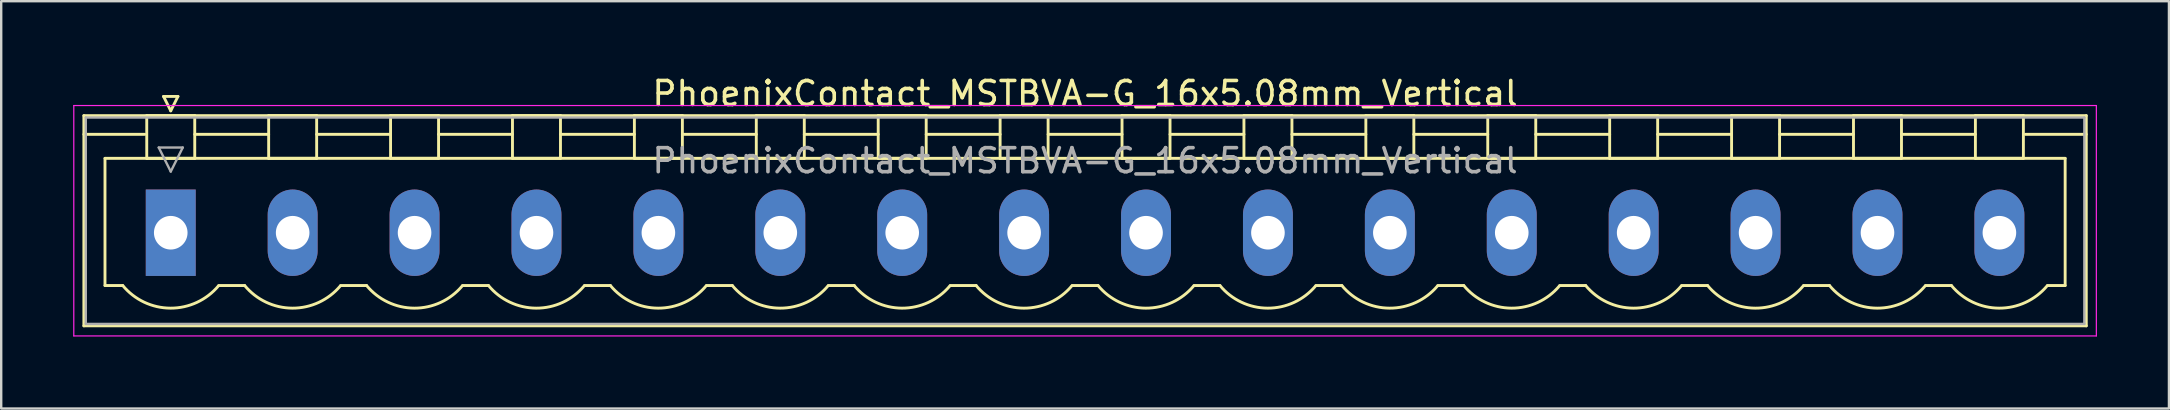
<source format=kicad_pcb>
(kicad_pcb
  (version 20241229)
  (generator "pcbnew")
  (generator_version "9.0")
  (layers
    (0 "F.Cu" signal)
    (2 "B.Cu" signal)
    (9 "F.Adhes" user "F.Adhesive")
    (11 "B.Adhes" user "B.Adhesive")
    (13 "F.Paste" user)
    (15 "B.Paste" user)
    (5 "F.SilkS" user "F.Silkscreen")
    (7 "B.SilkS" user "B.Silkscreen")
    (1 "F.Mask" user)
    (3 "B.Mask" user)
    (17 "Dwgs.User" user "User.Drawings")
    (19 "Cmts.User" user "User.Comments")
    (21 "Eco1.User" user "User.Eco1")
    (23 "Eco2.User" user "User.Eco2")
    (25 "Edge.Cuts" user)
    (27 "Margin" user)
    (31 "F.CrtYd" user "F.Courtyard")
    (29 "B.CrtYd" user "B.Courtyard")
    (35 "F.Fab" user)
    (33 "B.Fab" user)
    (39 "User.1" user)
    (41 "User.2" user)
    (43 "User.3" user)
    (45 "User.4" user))
  (footprint "PhoenixContact_MSTBVA-G_16x5.08mm_Vertical"
    (layer "F.Cu")
    (at 4.065 6.648)
    (property "Reference" "PhoenixContact_MSTBVA-G_16x5.08mm_Vertical" (at 38.1 -5.8 0) (layer "F.SilkS") (effects (font (size 1 1) (thickness 0.15))))
    (attr through_hole)
    (fp_line (start -3.62 -4.88) (end -3.62 3.88) (stroke (width 0.12) (type solid)) (layer "F.SilkS"))
    (fp_line (start -3.62 -4.1) (end -1.08 -4.1) (stroke (width 0.12) (type solid)) (layer "F.SilkS"))
    (fp_line (start -3.62 3.88) (end 79.82 3.88) (stroke (width 0.12) (type solid)) (layer "F.SilkS"))
    (fp_line (start -2.74 -3.1) (end 78.94 -3.1) (stroke (width 0.12) (type solid)) (layer "F.SilkS"))
    (fp_line (start -2.74 2.2) (end -2.74 -3.1) (stroke (width 0.12) (type solid)) (layer "F.SilkS"))
    (fp_line (start -2 2.2) (end -2.74 2.2) (stroke (width 0.12) (type solid)) (layer "F.SilkS"))
    (fp_line (start -1 -4.88) (end 1 -4.88) (stroke (width 0.12) (type solid)) (layer "F.SilkS"))
    (fp_line (start -1 -3.1) (end -1 -4.88) (stroke (width 0.12) (type solid)) (layer "F.SilkS"))
    (fp_line (start -0.3 -5.68) (end 0.3 -5.68) (stroke (width 0.12) (type solid)) (layer "F.SilkS"))
    (fp_line (start 0 -5.08) (end -0.3 -5.68) (stroke (width 0.12) (type solid)) (layer "F.SilkS"))
    (fp_line (start 0.3 -5.68) (end 0 -5.08) (stroke (width 0.12) (type solid)) (layer "F.SilkS"))
    (fp_line (start 1 -4.88) (end 1 -3.1) (stroke (width 0.12) (type solid)) (layer "F.SilkS"))
    (fp_line (start 1 -4.1) (end 4.08 -4.1) (stroke (width 0.12) (type solid)) (layer "F.SilkS"))
    (fp_line (start 1 -3.1) (end -1 -3.1) (stroke (width 0.12) (type solid)) (layer "F.SilkS"))
    (fp_line (start 2 2.2) (end 3.08 2.2) (stroke (width 0.12) (type solid)) (layer "F.SilkS"))
    (fp_line (start 4.08 -4.88) (end 6.08 -4.88) (stroke (width 0.12) (type solid)) (layer "F.SilkS"))
    (fp_line (start 4.08 -3.1) (end 4.08 -4.88) (stroke (width 0.12) (type solid)) (layer "F.SilkS"))
    (fp_line (start 6.08 -4.88) (end 6.08 -3.1) (stroke (width 0.12) (type solid)) (layer "F.SilkS"))
    (fp_line (start 6.08 -4.1) (end 9.16 -4.1) (stroke (width 0.12) (type solid)) (layer "F.SilkS"))
    (fp_line (start 6.08 -3.1) (end 4.08 -3.1) (stroke (width 0.12) (type solid)) (layer "F.SilkS"))
    (fp_line (start 7.08 2.2) (end 8.16 2.2) (stroke (width 0.12) (type solid)) (layer "F.SilkS"))
    (fp_line (start 9.16 -4.88) (end 11.16 -4.88) (stroke (width 0.12) (type solid)) (layer "F.SilkS"))
    (fp_line (start 9.16 -3.1) (end 9.16 -4.88) (stroke (width 0.12) (type solid)) (layer "F.SilkS"))
    (fp_line (start 11.16 -4.88) (end 11.16 -3.1) (stroke (width 0.12) (type solid)) (layer "F.SilkS"))
    (fp_line (start 11.16 -4.1) (end 14.24 -4.1) (stroke (width 0.12) (type solid)) (layer "F.SilkS"))
    (fp_line (start 11.16 -3.1) (end 9.16 -3.1) (stroke (width 0.12) (type solid)) (layer "F.SilkS"))
    (fp_line (start 12.16 2.2) (end 13.24 2.2) (stroke (width 0.12) (type solid)) (layer "F.SilkS"))
    (fp_line (start 14.24 -4.88) (end 16.24 -4.88) (stroke (width 0.12) (type solid)) (layer "F.SilkS"))
    (fp_line (start 14.24 -3.1) (end 14.24 -4.88) (stroke (width 0.12) (type solid)) (layer "F.SilkS"))
    (fp_line (start 16.24 -4.88) (end 16.24 -3.1) (stroke (width 0.12) (type solid)) (layer "F.SilkS"))
    (fp_line (start 16.24 -4.1) (end 19.32 -4.1) (stroke (width 0.12) (type solid)) (layer "F.SilkS"))
    (fp_line (start 16.24 -3.1) (end 14.24 -3.1) (stroke (width 0.12) (type solid)) (layer "F.SilkS"))
    (fp_line (start 17.24 2.2) (end 18.32 2.2) (stroke (width 0.12) (type solid)) (layer "F.SilkS"))
    (fp_line (start 19.32 -4.88) (end 21.32 -4.88) (stroke (width 0.12) (type solid)) (layer "F.SilkS"))
    (fp_line (start 19.32 -3.1) (end 19.32 -4.88) (stroke (width 0.12) (type solid)) (layer "F.SilkS"))
    (fp_line (start 21.32 -4.88) (end 21.32 -3.1) (stroke (width 0.12) (type solid)) (layer "F.SilkS"))
    (fp_line (start 21.32 -4.1) (end 24.4 -4.1) (stroke (width 0.12) (type solid)) (layer "F.SilkS"))
    (fp_line (start 21.32 -3.1) (end 19.32 -3.1) (stroke (width 0.12) (type solid)) (layer "F.SilkS"))
    (fp_line (start 22.32 2.2) (end 23.4 2.2) (stroke (width 0.12) (type solid)) (layer "F.SilkS"))
    (fp_line (start 24.4 -4.88) (end 26.4 -4.88) (stroke (width 0.12) (type solid)) (layer "F.SilkS"))
    (fp_line (start 24.4 -3.1) (end 24.4 -4.88) (stroke (width 0.12) (type solid)) (layer "F.SilkS"))
    (fp_line (start 26.4 -4.88) (end 26.4 -3.1) (stroke (width 0.12) (type solid)) (layer "F.SilkS"))
    (fp_line (start 26.4 -4.1) (end 29.48 -4.1) (stroke (width 0.12) (type solid)) (layer "F.SilkS"))
    (fp_line (start 26.4 -3.1) (end 24.4 -3.1) (stroke (width 0.12) (type solid)) (layer "F.SilkS"))
    (fp_line (start 27.4 2.2) (end 28.48 2.2) (stroke (width 0.12) (type solid)) (layer "F.SilkS"))
    (fp_line (start 29.48 -4.88) (end 31.48 -4.88) (stroke (width 0.12) (type solid)) (layer "F.SilkS"))
    (fp_line (start 29.48 -3.1) (end 29.48 -4.88) (stroke (width 0.12) (type solid)) (layer "F.SilkS"))
    (fp_line (start 31.48 -4.88) (end 31.48 -3.1) (stroke (width 0.12) (type solid)) (layer "F.SilkS"))
    (fp_line (start 31.48 -4.1) (end 34.56 -4.1) (stroke (width 0.12) (type solid)) (layer "F.SilkS"))
    (fp_line (start 31.48 -3.1) (end 29.48 -3.1) (stroke (width 0.12) (type solid)) (layer "F.SilkS"))
    (fp_line (start 32.48 2.2) (end 33.56 2.2) (stroke (width 0.12) (type solid)) (layer "F.SilkS"))
    (fp_line (start 34.56 -4.88) (end 36.56 -4.88) (stroke (width 0.12) (type solid)) (layer "F.SilkS"))
    (fp_line (start 34.56 -3.1) (end 34.56 -4.88) (stroke (width 0.12) (type solid)) (layer "F.SilkS"))
    (fp_line (start 36.56 -4.88) (end 36.56 -3.1) (stroke (width 0.12) (type solid)) (layer "F.SilkS"))
    (fp_line (start 36.56 -4.1) (end 39.64 -4.1) (stroke (width 0.12) (type solid)) (layer "F.SilkS"))
    (fp_line (start 36.56 -3.1) (end 34.56 -3.1) (stroke (width 0.12) (type solid)) (layer "F.SilkS"))
    (fp_line (start 37.56 2.2) (end 38.64 2.2) (stroke (width 0.12) (type solid)) (layer "F.SilkS"))
    (fp_line (start 39.64 -4.88) (end 41.64 -4.88) (stroke (width 0.12) (type solid)) (layer "F.SilkS"))
    (fp_line (start 39.64 -3.1) (end 39.64 -4.88) (stroke (width 0.12) (type solid)) (layer "F.SilkS"))
    (fp_line (start 41.64 -4.88) (end 41.64 -3.1) (stroke (width 0.12) (type solid)) (layer "F.SilkS"))
    (fp_line (start 41.64 -4.1) (end 44.72 -4.1) (stroke (width 0.12) (type solid)) (layer "F.SilkS"))
    (fp_line (start 41.64 -3.1) (end 39.64 -3.1) (stroke (width 0.12) (type solid)) (layer "F.SilkS"))
    (fp_line (start 42.64 2.2) (end 43.72 2.2) (stroke (width 0.12) (type solid)) (layer "F.SilkS"))
    (fp_line (start 44.72 -4.88) (end 46.72 -4.88) (stroke (width 0.12) (type solid)) (layer "F.SilkS"))
    (fp_line (start 44.72 -3.1) (end 44.72 -4.88) (stroke (width 0.12) (type solid)) (layer "F.SilkS"))
    (fp_line (start 46.72 -4.88) (end 46.72 -3.1) (stroke (width 0.12) (type solid)) (layer "F.SilkS"))
    (fp_line (start 46.72 -4.1) (end 49.8 -4.1) (stroke (width 0.12) (type solid)) (layer "F.SilkS"))
    (fp_line (start 46.72 -3.1) (end 44.72 -3.1) (stroke (width 0.12) (type solid)) (layer "F.SilkS"))
    (fp_line (start 47.72 2.2) (end 48.8 2.2) (stroke (width 0.12) (type solid)) (layer "F.SilkS"))
    (fp_line (start 49.8 -4.88) (end 51.8 -4.88) (stroke (width 0.12) (type solid)) (layer "F.SilkS"))
    (fp_line (start 49.8 -3.1) (end 49.8 -4.88) (stroke (width 0.12) (type solid)) (layer "F.SilkS"))
    (fp_line (start 51.8 -4.88) (end 51.8 -3.1) (stroke (width 0.12) (type solid)) (layer "F.SilkS"))
    (fp_line (start 51.8 -4.1) (end 54.88 -4.1) (stroke (width 0.12) (type solid)) (layer "F.SilkS"))
    (fp_line (start 51.8 -3.1) (end 49.8 -3.1) (stroke (width 0.12) (type solid)) (layer "F.SilkS"))
    (fp_line (start 52.8 2.2) (end 53.88 2.2) (stroke (width 0.12) (type solid)) (layer "F.SilkS"))
    (fp_line (start 54.88 -4.88) (end 56.88 -4.88) (stroke (width 0.12) (type solid)) (layer "F.SilkS"))
    (fp_line (start 54.88 -3.1) (end 54.88 -4.88) (stroke (width 0.12) (type solid)) (layer "F.SilkS"))
    (fp_line (start 56.88 -4.88) (end 56.88 -3.1) (stroke (width 0.12) (type solid)) (layer "F.SilkS"))
    (fp_line (start 56.88 -4.1) (end 59.96 -4.1) (stroke (width 0.12) (type solid)) (layer "F.SilkS"))
    (fp_line (start 56.88 -3.1) (end 54.88 -3.1) (stroke (width 0.12) (type solid)) (layer "F.SilkS"))
    (fp_line (start 57.88 2.2) (end 58.96 2.2) (stroke (width 0.12) (type solid)) (layer "F.SilkS"))
    (fp_line (start 59.96 -4.88) (end 61.96 -4.88) (stroke (width 0.12) (type solid)) (layer "F.SilkS"))
    (fp_line (start 59.96 -3.1) (end 59.96 -4.88) (stroke (width 0.12) (type solid)) (layer "F.SilkS"))
    (fp_line (start 61.96 -4.88) (end 61.96 -3.1) (stroke (width 0.12) (type solid)) (layer "F.SilkS"))
    (fp_line (start 61.96 -4.1) (end 65.04 -4.1) (stroke (width 0.12) (type solid)) (layer "F.SilkS"))
    (fp_line (start 61.96 -3.1) (end 59.96 -3.1) (stroke (width 0.12) (type solid)) (layer "F.SilkS"))
    (fp_line (start 62.96 2.2) (end 64.04 2.2) (stroke (width 0.12) (type solid)) (layer "F.SilkS"))
    (fp_line (start 65.04 -4.88) (end 67.04 -4.88) (stroke (width 0.12) (type solid)) (layer "F.SilkS"))
    (fp_line (start 65.04 -3.1) (end 65.04 -4.88) (stroke (width 0.12) (type solid)) (layer "F.SilkS"))
    (fp_line (start 67.04 -4.88) (end 67.04 -3.1) (stroke (width 0.12) (type solid)) (layer "F.SilkS"))
    (fp_line (start 67.04 -4.1) (end 70.12 -4.1) (stroke (width 0.12) (type solid)) (layer "F.SilkS"))
    (fp_line (start 67.04 -3.1) (end 65.04 -3.1) (stroke (width 0.12) (type solid)) (layer "F.SilkS"))
    (fp_line (start 68.04 2.2) (end 69.12 2.2) (stroke (width 0.12) (type solid)) (layer "F.SilkS"))
    (fp_line (start 70.12 -4.88) (end 72.12 -4.88) (stroke (width 0.12) (type solid)) (layer "F.SilkS"))
    (fp_line (start 70.12 -3.1) (end 70.12 -4.88) (stroke (width 0.12) (type solid)) (layer "F.SilkS"))
    (fp_line (start 72.12 -4.88) (end 72.12 -3.1) (stroke (width 0.12) (type solid)) (layer "F.SilkS"))
    (fp_line (start 72.12 -4.1) (end 75.2 -4.1) (stroke (width 0.12) (type solid)) (layer "F.SilkS"))
    (fp_line (start 72.12 -3.1) (end 70.12 -3.1) (stroke (width 0.12) (type solid)) (layer "F.SilkS"))
    (fp_line (start 73.12 2.2) (end 74.2 2.2) (stroke (width 0.12) (type solid)) (layer "F.SilkS"))
    (fp_line (start 75.2 -4.88) (end 77.2 -4.88) (stroke (width 0.12) (type solid)) (layer "F.SilkS"))
    (fp_line (start 75.2 -3.1) (end 75.2 -4.88) (stroke (width 0.12) (type solid)) (layer "F.SilkS"))
    (fp_line (start 77.2 -4.88) (end 77.2 -3.1) (stroke (width 0.12) (type solid)) (layer "F.SilkS"))
    (fp_line (start 77.2 -3.1) (end 75.2 -3.1) (stroke (width 0.12) (type solid)) (layer "F.SilkS"))
    (fp_line (start 78.94 -3.1) (end 78.94 2.2) (stroke (width 0.12) (type solid)) (layer "F.SilkS"))
    (fp_line (start 78.94 2.2) (end 78.2 2.2) (stroke (width 0.12) (type solid)) (layer "F.SilkS"))
    (fp_line (start 79.82 -4.88) (end -3.62 -4.88) (stroke (width 0.12) (type solid)) (layer "F.SilkS"))
    (fp_line (start 79.82 -4.1) (end 77.28 -4.1) (stroke (width 0.12) (type solid)) (layer "F.SilkS"))
    (fp_line (start 79.82 3.88) (end 79.82 -4.88) (stroke (width 0.12) (type solid)) (layer "F.SilkS"))
    (fp_arc (start 1.986842 2.215821) (mid -0.010289 3.142758) (end -2 2.2) (stroke (width 0.12) (type solid)) (layer "F.SilkS"))
    (fp_arc (start 7.066842 2.215821) (mid 5.069711 3.142758) (end 3.08 2.2) (stroke (width 0.12) (type solid)) (layer "F.SilkS"))
    (fp_arc (start 12.146842 2.215821) (mid 10.149711 3.142758) (end 8.16 2.2) (stroke (width 0.12) (type solid)) (layer "F.SilkS"))
    (fp_arc (start 17.226842 2.215821) (mid 15.229711 3.142758) (end 13.24 2.2) (stroke (width 0.12) (type solid)) (layer "F.SilkS"))
    (fp_arc (start 22.306842 2.215821) (mid 20.309711 3.142758) (end 18.32 2.2) (stroke (width 0.12) (type solid)) (layer "F.SilkS"))
    (fp_arc (start 27.386842 2.215821) (mid 25.389711 3.142758) (end 23.4 2.2) (stroke (width 0.12) (type solid)) (layer "F.SilkS"))
    (fp_arc (start 32.466842 2.215821) (mid 30.469711 3.142758) (end 28.48 2.2) (stroke (width 0.12) (type solid)) (layer "F.SilkS"))
    (fp_arc (start 37.546842 2.215821) (mid 35.549711 3.142758) (end 33.56 2.2) (stroke (width 0.12) (type solid)) (layer "F.SilkS"))
    (fp_arc (start 42.626842 2.215821) (mid 40.629711 3.142758) (end 38.64 2.2) (stroke (width 0.12) (type solid)) (layer "F.SilkS"))
    (fp_arc (start 47.706842 2.215821) (mid 45.709711 3.142758) (end 43.72 2.2) (stroke (width 0.12) (type solid)) (layer "F.SilkS"))
    (fp_arc (start 52.786842 2.215821) (mid 50.789711 3.142758) (end 48.8 2.2) (stroke (width 0.12) (type solid)) (layer "F.SilkS"))
    (fp_arc (start 57.866842 2.215821) (mid 55.869711 3.142758) (end 53.88 2.2) (stroke (width 0.12) (type solid)) (layer "F.SilkS"))
    (fp_arc (start 62.946842 2.215821) (mid 60.949711 3.142758) (end 58.96 2.2) (stroke (width 0.12) (type solid)) (layer "F.SilkS"))
    (fp_arc (start 68.026842 2.215821) (mid 66.029711 3.142758) (end 64.04 2.2) (stroke (width 0.12) (type solid)) (layer "F.SilkS"))
    (fp_arc (start 73.106842 2.215821) (mid 71.109711 3.142758) (end 69.12 2.2) (stroke (width 0.12) (type solid)) (layer "F.SilkS"))
    (fp_arc (start 78.186842 2.215821) (mid 76.189711 3.142758) (end 74.2 2.2) (stroke (width 0.12) (type solid)) (layer "F.SilkS"))
    (fp_line (start -4.04 -5.3) (end -4.04 4.3) (stroke (width 0.05) (type solid)) (layer "F.CrtYd"))
    (fp_line (start -4.04 4.3) (end 80.24 4.3) (stroke (width 0.05) (type solid)) (layer "F.CrtYd"))
    (fp_line (start 80.24 -5.3) (end -4.04 -5.3) (stroke (width 0.05) (type solid)) (layer "F.CrtYd"))
    (fp_line (start 80.24 4.3) (end 80.24 -5.3) (stroke (width 0.05) (type solid)) (layer "F.CrtYd"))
    (fp_line (start -3.54 -4.8) (end -3.54 3.8) (stroke (width 0.1) (type solid)) (layer "F.Fab"))
    (fp_line (start -3.54 3.8) (end 79.74 3.8) (stroke (width 0.1) (type solid)) (layer "F.Fab"))
    (fp_line (start -0.5 -3.55) (end 0.5 -3.55) (stroke (width 0.1) (type solid)) (layer "F.Fab"))
    (fp_line (start 0 -2.55) (end -0.5 -3.55) (stroke (width 0.1) (type solid)) (layer "F.Fab"))
    (fp_line (start 0.5 -3.55) (end 0 -2.55) (stroke (width 0.1) (type solid)) (layer "F.Fab"))
    (fp_line (start 79.74 -4.8) (end -3.54 -4.8) (stroke (width 0.1) (type solid)) (layer "F.Fab"))
    (fp_line (start 79.74 3.8) (end 79.74 -4.8) (stroke (width 0.1) (type solid)) (layer "F.Fab"))
    (fp_text user "${REFERENCE}" (at 38.1 -3 0) (layer "F.Fab") (effects (font (size 1 1) (thickness 0.15))))
    (pad "1" thru_hole rect (at 0 0) (size 2.08 3.6) (drill 1.4) (layers "*.Cu" "*.Mask"))
    (pad "2" thru_hole oval (at 5.08 0) (size 2.08 3.6) (drill 1.4) (layers "*.Cu" "*.Mask"))
    (pad "3" thru_hole oval (at 10.16 0) (size 2.08 3.6) (drill 1.4) (layers "*.Cu" "*.Mask"))
    (pad "4" thru_hole oval (at 15.24 0) (size 2.08 3.6) (drill 1.4) (layers "*.Cu" "*.Mask"))
    (pad "5" thru_hole oval (at 20.32 0) (size 2.08 3.6) (drill 1.4) (layers "*.Cu" "*.Mask"))
    (pad "6" thru_hole oval (at 25.4 0) (size 2.08 3.6) (drill 1.4) (layers "*.Cu" "*.Mask"))
    (pad "7" thru_hole oval (at 30.48 0) (size 2.08 3.6) (drill 1.4) (layers "*.Cu" "*.Mask"))
    (pad "8" thru_hole oval (at 35.56 0) (size 2.08 3.6) (drill 1.4) (layers "*.Cu" "*.Mask"))
    (pad "9" thru_hole oval (at 40.64 0) (size 2.08 3.6) (drill 1.4) (layers "*.Cu" "*.Mask"))
    (pad "10" thru_hole oval (at 45.72 0) (size 2.08 3.6) (drill 1.4) (layers "*.Cu" "*.Mask"))
    (pad "11" thru_hole oval (at 50.8 0) (size 2.08 3.6) (drill 1.4) (layers "*.Cu" "*.Mask"))
    (pad "12" thru_hole oval (at 55.88 0) (size 2.08 3.6) (drill 1.4) (layers "*.Cu" "*.Mask"))
    (pad "13" thru_hole oval (at 60.96 0) (size 2.08 3.6) (drill 1.4) (layers "*.Cu" "*.Mask"))
    (pad "14" thru_hole oval (at 66.04 0) (size 2.08 3.6) (drill 1.4) (layers "*.Cu" "*.Mask"))
    (pad "15" thru_hole oval (at 71.12 0) (size 2.08 3.6) (drill 1.4) (layers "*.Cu" "*.Mask"))
    (pad "16" thru_hole oval (at 76.2 0) (size 2.08 3.6) (drill 1.4) (layers "*.Cu" "*.Mask")))
  (gr_rect
    (start -3 -3)
    (end 87.33 13.973)
    (stroke (width 0.1) (type default))
    (fill no)
    (layer "Edge.Cuts")))
</source>
